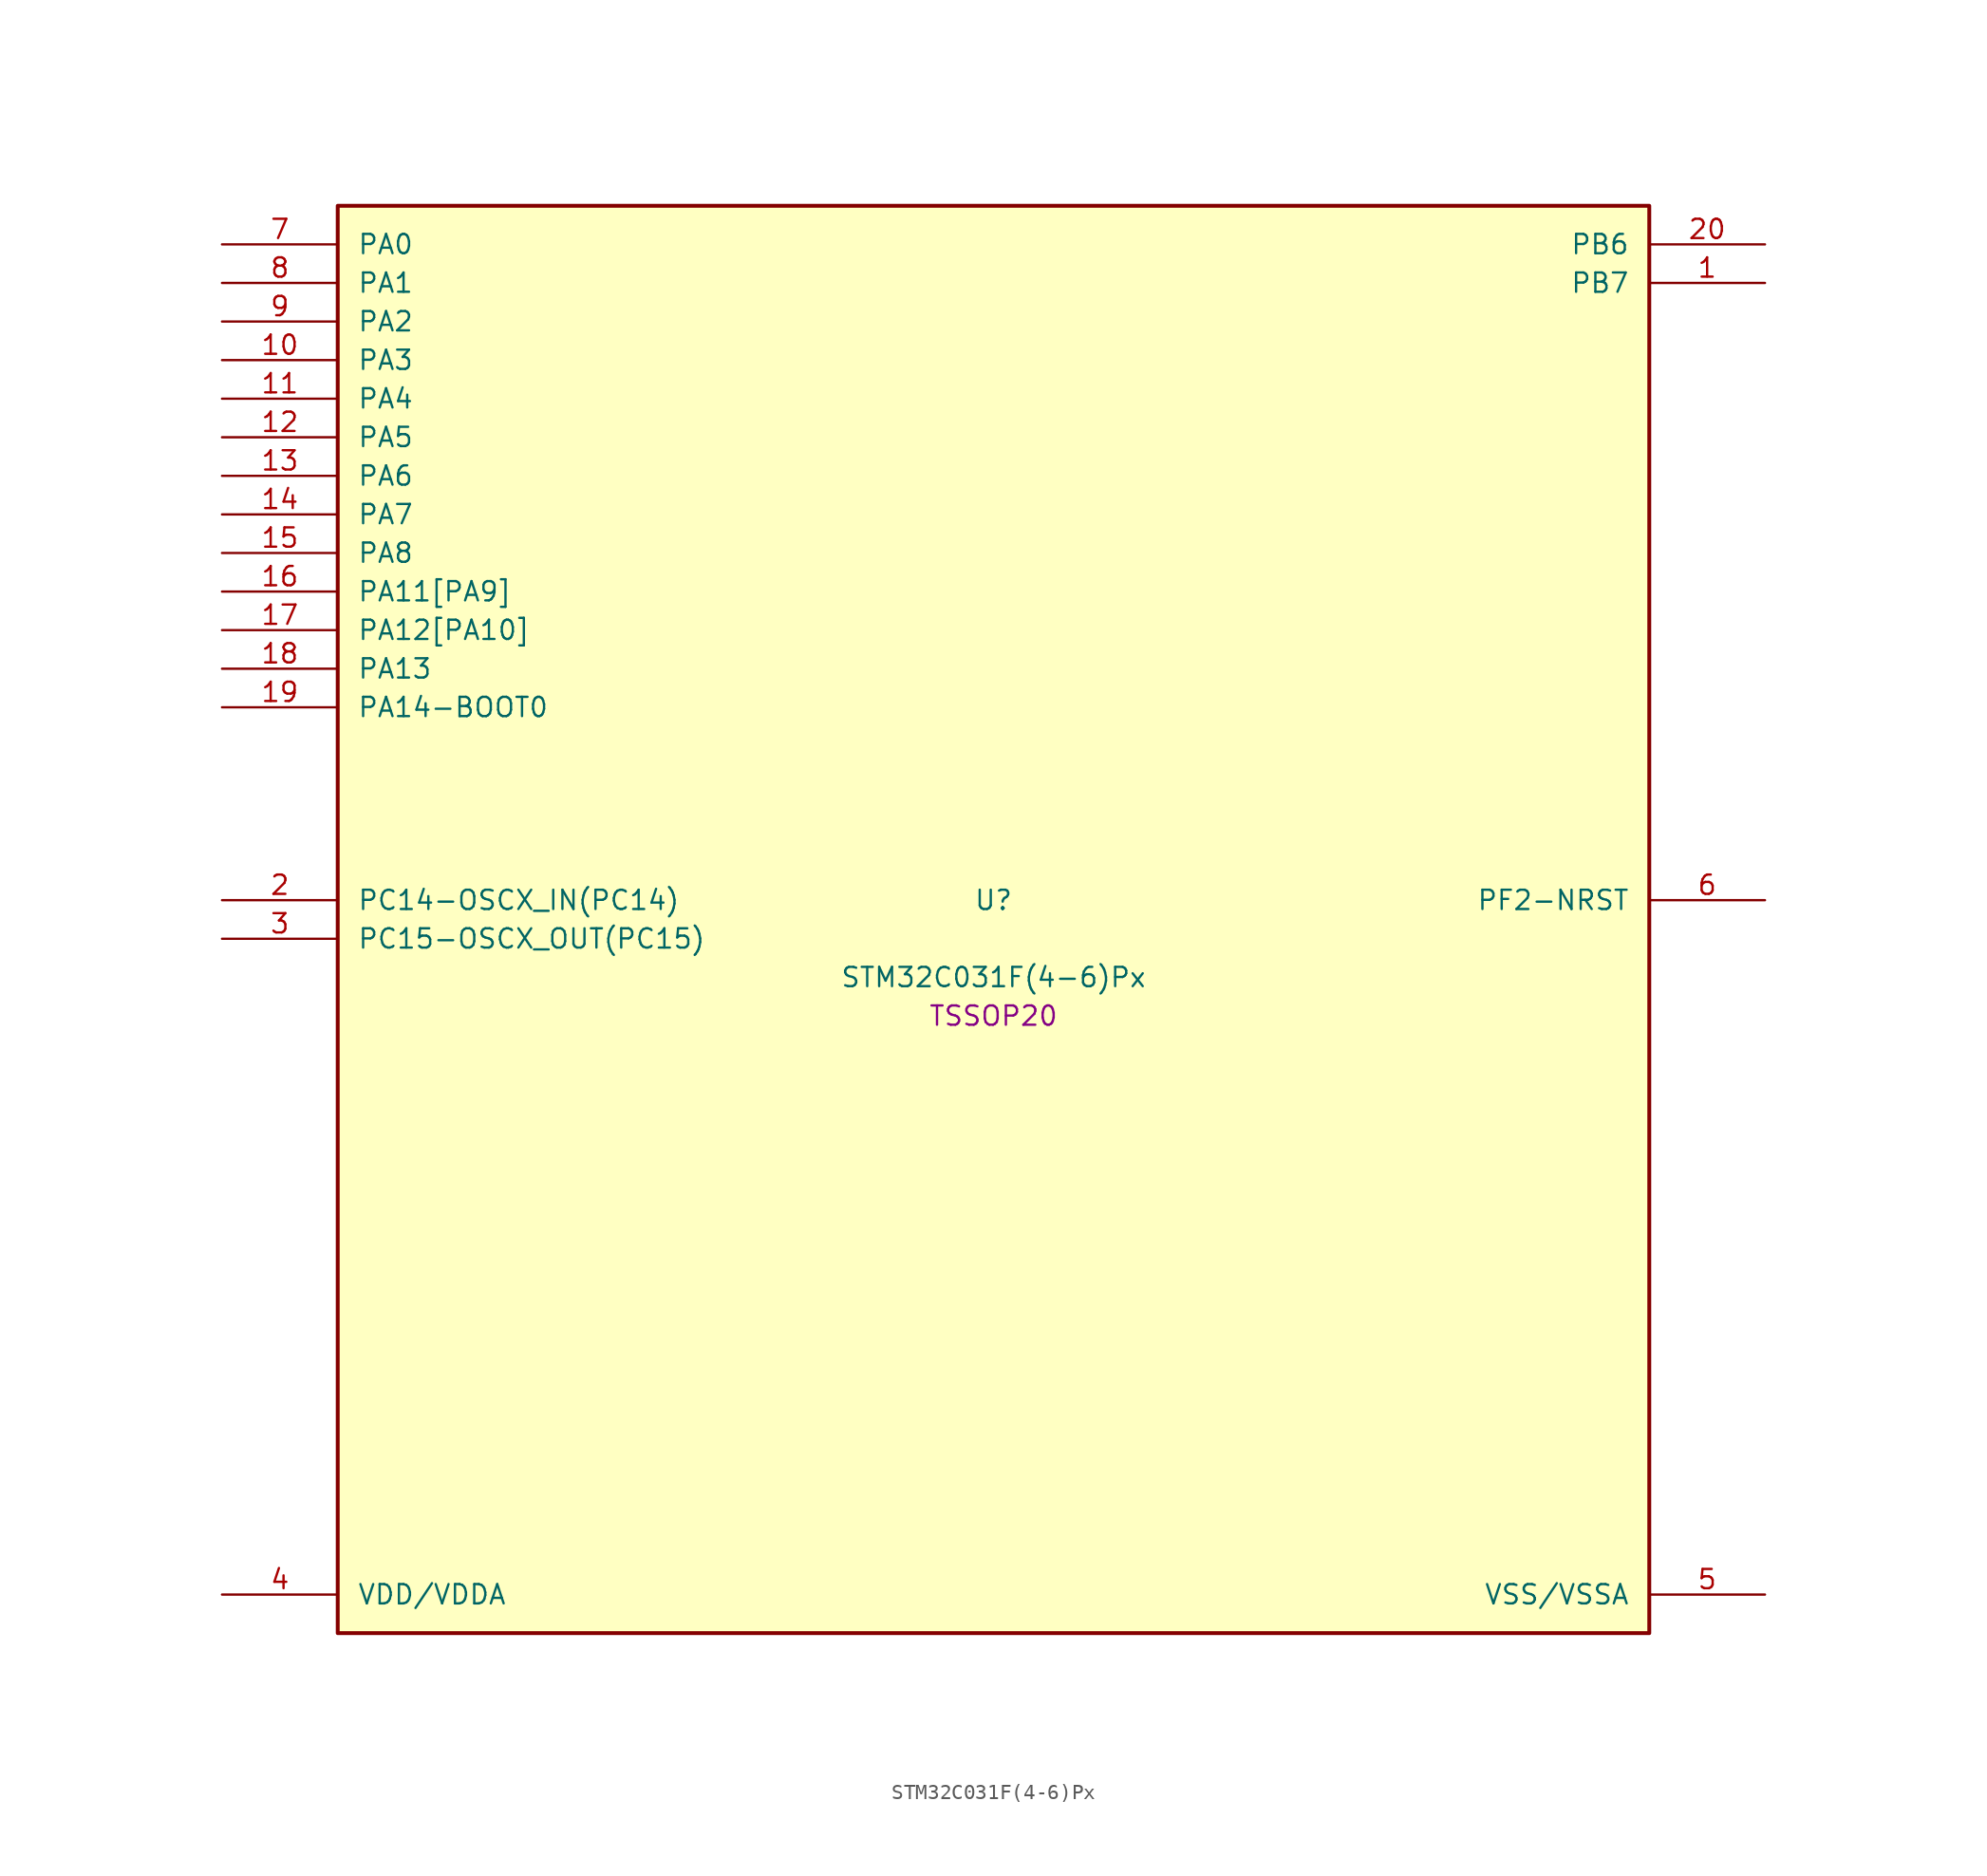
<source format=kicad_sym>
(kicad_symbol_lib
  (version 20241209)
  (generator "stm32_pkl_generator")
  (generator_version "1.0")
  (symbol "STM32C031F(4-6)Px"
    (pin_names
      (offset 1.27))
    (property "Reference" "U"
      (at 0 2.54 0))
    (property "Value" "STM32C031F(4-6)Px"
      (at 0 -2.54 0))
    (property "Footprint" "TSSOP20"
      (at 0 -5.08 0))
    (symbol "STM32C031F(4-6)Px_1_1"
      (rectangle (start -43.18 48.26) (end 43.18 -45.72) (stroke (width 0.254) (type solid)) (fill (type background)))
      (pin bidirectional line (at -50.8 45.72 0) (length 7.62) (name "PA0") (number "7") (alternate "PA0/ADC1_IN0" bidirectional line) (alternate "PA0/PWR_WKUP1" bidirectional line) (alternate "PA0/TIM16_CH1" bidirectional line) (alternate "PA0/TIM1_CH1" bidirectional line) (alternate "PA0/USART1_TX" bidirectional line) (alternate "PA0/USART2_CTS" bidirectional line) (alternate "PA0/USART2_NSS" bidirectional line))
      (pin bidirectional line (at -50.8 43.18 0) (length 7.62) (name "PA1") (number "8") (alternate "PA1/ADC1_IN1" bidirectional line) (alternate "PA1/I2C1_SMBA" bidirectional line) (alternate "PA1/I2S1_CK" bidirectional line) (alternate "PA1/SPI1_SCK" bidirectional line) (alternate "PA1/TIM17_CH1" bidirectional line) (alternate "PA1/TIM1_CH2" bidirectional line) (alternate "PA1/USART1_RX" bidirectional line) (alternate "PA1/USART2_CK" bidirectional line) (alternate "PA1/USART2_DE" bidirectional line) (alternate "PA1/USART2_RTS" bidirectional line))
      (pin bidirectional line (at -50.8 40.64 0) (length 7.62) (name "PA2") (number "9") (alternate "PA2/ADC1_IN2" bidirectional line) (alternate "PA2/I2S1_SD" bidirectional line) (alternate "PA2/PWR_WKUP4" bidirectional line) (alternate "PA2/RCC_LSCO" bidirectional line) (alternate "PA2/SPI1_MOSI" bidirectional line) (alternate "PA2/TIM16_CH1N" bidirectional line) (alternate "PA2/TIM1_CH3" bidirectional line) (alternate "PA2/TIM3_ETR" bidirectional line) (alternate "PA2/USART2_TX" bidirectional line))
      (pin bidirectional line (at -50.8 38.1 0) (length 7.62) (name "PA3") (number "10") (alternate "PA3/ADC1_IN3" bidirectional line) (alternate "PA3/TIM1_CH1N" bidirectional line) (alternate "PA3/TIM1_CH4" bidirectional line) (alternate "PA3/USART2_RX" bidirectional line))
      (pin bidirectional line (at -50.8 35.56 0) (length 7.62) (name "PA4") (number "11") (alternate "PA4/ADC1_IN4" bidirectional line) (alternate "PA4/I2S1_WS" bidirectional line) (alternate "PA4/PWR_WKUP2" bidirectional line) (alternate "PA4/RTC_OUT1" bidirectional line) (alternate "PA4/RTC_TS" bidirectional line) (alternate "PA4/SPI1_NSS" bidirectional line) (alternate "PA4/TIM14_CH1" bidirectional line) (alternate "PA4/TIM17_CH1N" bidirectional line) (alternate "PA4/TIM1_CH2N" bidirectional line) (alternate "PA4/USART2_TX" bidirectional line))
      (pin bidirectional line (at -50.8 33.02 0) (length 7.62) (name "PA5") (number "12") (alternate "PA5/ADC1_IN5" bidirectional line) (alternate "PA5/I2S1_CK" bidirectional line) (alternate "PA5/SPI1_SCK" bidirectional line) (alternate "PA5/TIM1_CH1" bidirectional line) (alternate "PA5/TIM1_CH3N" bidirectional line) (alternate "PA5/USART2_RX" bidirectional line))
      (pin bidirectional line (at -50.8 30.48 0) (length 7.62) (name "PA6") (number "13") (alternate "PA6/ADC1_IN6" bidirectional line) (alternate "PA6/I2S1_MCK" bidirectional line) (alternate "PA6/SPI1_MISO" bidirectional line) (alternate "PA6/TIM16_CH1" bidirectional line) (alternate "PA6/TIM1_BKIN" bidirectional line) (alternate "PA6/TIM3_CH1" bidirectional line))
      (pin bidirectional line (at -50.8 27.94 0) (length 7.62) (name "PA7") (number "14") (alternate "PA7/ADC1_IN7" bidirectional line) (alternate "PA7/I2S1_SD" bidirectional line) (alternate "PA7/SPI1_MOSI" bidirectional line) (alternate "PA7/TIM14_CH1" bidirectional line) (alternate "PA7/TIM17_CH1" bidirectional line) (alternate "PA7/TIM1_CH1N" bidirectional line) (alternate "PA7/TIM3_CH2" bidirectional line))
      (pin bidirectional line (at -50.8 25.4 0) (length 7.62) (name "PA8") (number "15") (alternate "PA8/ADC1_IN8" bidirectional line) (alternate "PA8/I2S1_WS" bidirectional line) (alternate "PA8/RCC_MCO" bidirectional line) (alternate "PA8/RCC_MCO_2" bidirectional line) (alternate "PA8/SPI1_NSS" bidirectional line) (alternate "PA8/TIM14_CH1" bidirectional line) (alternate "PA8/TIM1_CH1" bidirectional line) (alternate "PA8/TIM1_CH2N" bidirectional line) (alternate "PA8/TIM1_CH3N" bidirectional line) (alternate "PA8/TIM3_CH3" bidirectional line) (alternate "PA8/TIM3_CH4" bidirectional line) (alternate "PA8/USART1_RX" bidirectional line) (alternate "PA8/USART2_TX" bidirectional line))
      (pin bidirectional line (at -50.8 22.86 0) (length 7.62) (name "PA11[PA9]") (number "16") (alternate "PA11[PA9]/ADC1_EXTI11" bidirectional line) (alternate "PA11[PA9]/ADC1_IN11" bidirectional line) (alternate "PA11[PA9]/I2S1_MCK" bidirectional line) (alternate "PA11[PA9]/SPI1_MISO" bidirectional line) (alternate "PA11[PA9]/TIM1_BKIN2" bidirectional line) (alternate "PA11[PA9]/TIM1_CH4" bidirectional line) (alternate "PA11[PA9]/USART1_CTS" bidirectional line) (alternate "PA11[PA9]/USART1_NSS" bidirectional line) (alternate "PA11[PA9]/PA9[PA11]" bidirectional line) (alternate "PA11[PA9]/I2C1_SCL" bidirectional line) (alternate "PA11[PA9]/RCC_MCO" bidirectional line) (alternate "PA11[PA9]/TIM1_CH2" bidirectional line) (alternate "PA11[PA9]/TIM3_ETR" bidirectional line) (alternate "PA11[PA9]/USART1_TX" bidirectional line))
      (pin bidirectional line (at -50.8 20.32 0) (length 7.62) (name "PA12[PA10]") (number "17") (alternate "PA12[PA10]/ADC1_IN12" bidirectional line) (alternate "PA12[PA10]/I2S1_SD" bidirectional line) (alternate "PA12[PA10]/I2S_CKIN" bidirectional line) (alternate "PA12[PA10]/SPI1_MOSI" bidirectional line) (alternate "PA12[PA10]/TIM1_ETR" bidirectional line) (alternate "PA12[PA10]/USART1_CK" bidirectional line) (alternate "PA12[PA10]/USART1_DE" bidirectional line) (alternate "PA12[PA10]/USART1_RTS" bidirectional line) (alternate "PA12[PA10]/PA10[PA12]" bidirectional line) (alternate "PA12[PA10]/I2C1_SDA" bidirectional line) (alternate "PA12[PA10]/RCC_MCO_2" bidirectional line) (alternate "PA12[PA10]/TIM17_BKIN" bidirectional line) (alternate "PA12[PA10]/TIM1_CH3" bidirectional line) (alternate "PA12[PA10]/USART1_RX" bidirectional line))
      (pin bidirectional line (at -50.8 17.78 0) (length 7.62) (name "PA13") (number "18") (alternate "PA13/ADC1_IN13" bidirectional line) (alternate "PA13/DEBUG_SWDIO" bidirectional line) (alternate "PA13/IR_OUT" bidirectional line) (alternate "PA13/TIM3_ETR" bidirectional line) (alternate "PA13/USART2_RX" bidirectional line))
      (pin bidirectional line (at -50.8 15.24 0) (length 7.62) (name "PA14-BOOT0") (number "19") (alternate "PA14-BOOT0/ADC1_IN14" bidirectional line) (alternate "PA14-BOOT0/DEBUG_SWCLK" bidirectional line) (alternate "PA14-BOOT0/I2S1_WS" bidirectional line) (alternate "PA14-BOOT0/RCC_MCO_2" bidirectional line) (alternate "PA14-BOOT0/SPI1_NSS" bidirectional line) (alternate "PA14-BOOT0/TIM1_CH1" bidirectional line) (alternate "PA14-BOOT0/USART1_CK" bidirectional line) (alternate "PA14-BOOT0/USART1_DE" bidirectional line) (alternate "PA14-BOOT0/USART1_RTS" bidirectional line) (alternate "PA14-BOOT0/USART2_RX" bidirectional line) (alternate "PA14-BOOT0/USART2_TX" bidirectional line))
      (pin bidirectional line (at 50.8 45.72 180) (length 7.62) (name "PB6") (number "20") (alternate "PB6/I2C1_SCL" bidirectional line) (alternate "PB6/I2C1_SMBA" bidirectional line) (alternate "PB6/I2S1_CK" bidirectional line) (alternate "PB6/I2S1_MCK" bidirectional line) (alternate "PB6/I2S1_SD" bidirectional line) (alternate "PB6/PWR_WKUP3" bidirectional line) (alternate "PB6/SPI1_MISO" bidirectional line) (alternate "PB6/SPI1_MOSI" bidirectional line) (alternate "PB6/SPI1_SCK" bidirectional line) (alternate "PB6/TIM16_BKIN" bidirectional line) (alternate "PB6/TIM16_CH1N" bidirectional line) (alternate "PB6/TIM17_BKIN" bidirectional line) (alternate "PB6/TIM1_CH2" bidirectional line) (alternate "PB6/TIM1_CH3" bidirectional line) (alternate "PB6/TIM3_CH1" bidirectional line) (alternate "PB6/TIM3_CH2" bidirectional line) (alternate "PB6/TIM3_CH3" bidirectional line) (alternate "PB6/USART1_CK" bidirectional line) (alternate "PB6/USART1_CTS" bidirectional line) (alternate "PB6/USART1_DE" bidirectional line) (alternate "PB6/USART1_NSS" bidirectional line) (alternate "PB6/USART1_RTS" bidirectional line) (alternate "PB6/USART1_TX" bidirectional line))
      (pin bidirectional line (at 50.8 43.18 180) (length 7.62) (name "PB7") (number "1") (alternate "PB7/I2C1_SCL" bidirectional line) (alternate "PB7/I2C1_SDA" bidirectional line) (alternate "PB7/RTC_REFIN" bidirectional line) (alternate "PB7/TIM16_CH1" bidirectional line) (alternate "PB7/TIM17_CH1N" bidirectional line) (alternate "PB7/TIM1_CH4" bidirectional line) (alternate "PB7/TIM3_CH1" bidirectional line) (alternate "PB7/TIM3_CH4" bidirectional line) (alternate "PB7/USART1_RX" bidirectional line) (alternate "PB7/USART2_CTS" bidirectional line) (alternate "PB7/USART2_NSS" bidirectional line))
      (pin bidirectional line (at -50.8 2.54 0) (length 7.62) (name "PC14-OSCX_IN(PC14)") (number "2") (alternate "PC14-OSCX_IN(PC14)/I2C1_SDA" bidirectional line) (alternate "PC14-OSCX_IN(PC14)/IR_OUT" bidirectional line) (alternate "PC14-OSCX_IN(PC14)/RCC_OSCX_IN" bidirectional line) (alternate "PC14-OSCX_IN(PC14)/TIM17_CH1" bidirectional line) (alternate "PC14-OSCX_IN(PC14)/TIM1_BKIN2" bidirectional line) (alternate "PC14-OSCX_IN(PC14)/TIM1_ETR" bidirectional line) (alternate "PC14-OSCX_IN(PC14)/TIM3_CH2" bidirectional line) (alternate "PC14-OSCX_IN(PC14)/USART1_TX" bidirectional line) (alternate "PC14-OSCX_IN(PC14)/USART2_CK" bidirectional line) (alternate "PC14-OSCX_IN(PC14)/USART2_DE" bidirectional line) (alternate "PC14-OSCX_IN(PC14)/USART2_RTS" bidirectional line))
      (pin bidirectional line (at -50.8 0 0) (length 7.62) (name "PC15-OSCX_OUT(PC15)") (number "3") (alternate "PC15-OSCX_OUT(PC15)/RCC_OSC32_EN" bidirectional line) (alternate "PC15-OSCX_OUT(PC15)/RCC_OSCX_OUT" bidirectional line) (alternate "PC15-OSCX_OUT(PC15)/RCC_OSC_EN" bidirectional line) (alternate "PC15-OSCX_OUT(PC15)/TIM1_ETR" bidirectional line) (alternate "PC15-OSCX_OUT(PC15)/TIM3_CH3" bidirectional line))
      (pin bidirectional line (at 50.8 2.54 180) (length 7.62) (name "PF2-NRST") (number "6") (alternate "PF2-NRST/RCC_MCO" bidirectional line) (alternate "PF2-NRST/TIM1_CH4" bidirectional line))
      (pin power_in line (at -50.8 -43.18 0) (length 7.62) (name "VDD/VDDA") (number "4"))
      (pin power_in line (at 50.8 -43.18 180) (length 7.62) (name "VSS/VSSA") (number "5")))))
</source>
